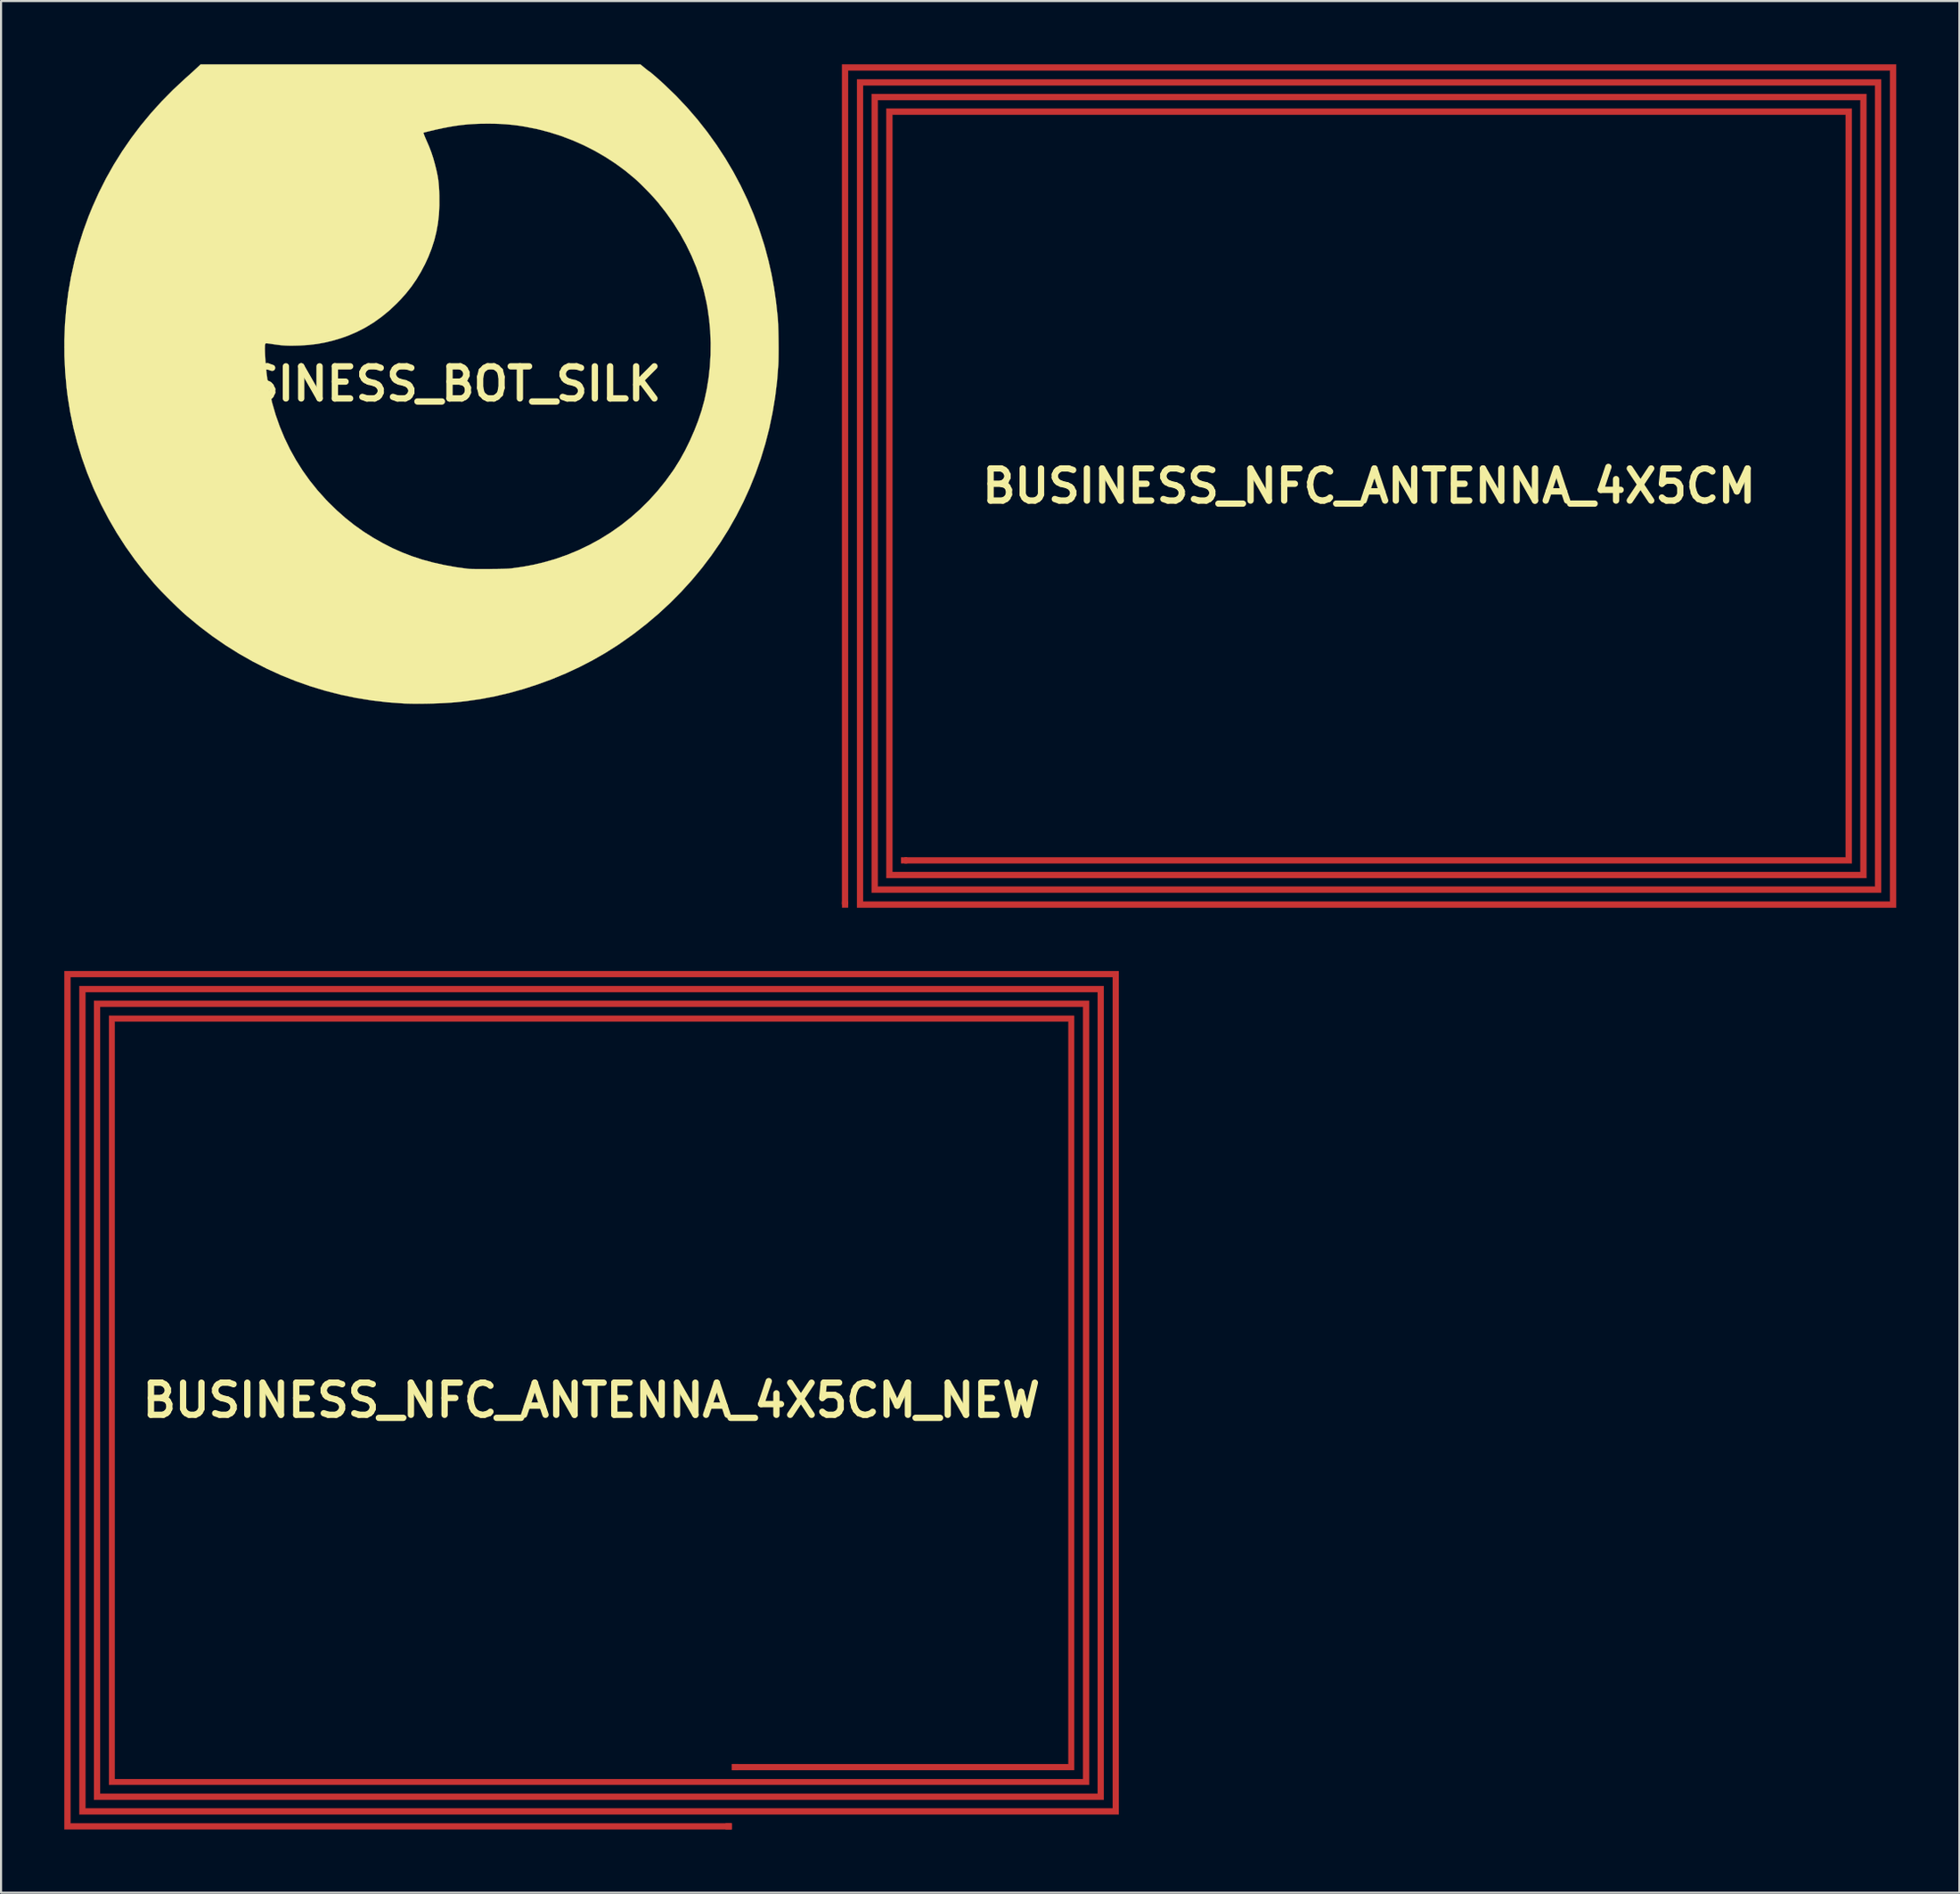
<source format=kicad_pcb>
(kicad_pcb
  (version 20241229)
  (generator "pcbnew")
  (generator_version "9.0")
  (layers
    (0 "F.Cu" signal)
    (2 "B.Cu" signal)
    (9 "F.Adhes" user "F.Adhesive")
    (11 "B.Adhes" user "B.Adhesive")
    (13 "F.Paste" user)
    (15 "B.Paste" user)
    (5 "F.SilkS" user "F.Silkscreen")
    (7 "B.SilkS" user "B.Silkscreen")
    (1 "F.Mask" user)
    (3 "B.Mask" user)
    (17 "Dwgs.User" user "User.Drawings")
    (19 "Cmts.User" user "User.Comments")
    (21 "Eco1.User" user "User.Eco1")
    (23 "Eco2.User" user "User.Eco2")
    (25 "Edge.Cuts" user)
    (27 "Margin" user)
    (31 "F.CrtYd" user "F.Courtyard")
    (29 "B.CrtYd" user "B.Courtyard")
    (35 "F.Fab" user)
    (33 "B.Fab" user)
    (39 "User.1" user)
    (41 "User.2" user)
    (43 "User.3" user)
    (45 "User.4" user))
  (footprint "BUSINESS_NFC_ANTENNA_4X5CM_NEW"
    (layer "F.Cu")
    (at 25.015 63.406)
    (property "Reference" "BUSINESS_NFC_ANTENNA_4X5CM_NEW" (at 0 0 0) (layer "F.SilkS") (effects (font (size 1.524 1.524) (thickness 0.3))))
    (attr through_hole)
    (fp_poly (pts (xy 25.027 19.656) (xy -24.299 19.656) (xy -24.299 -19.656) (xy 24.316 -19.656) (xy 24.316 18.961) (xy -23.604 18.961) (xy -23.604 -18.961) (xy 23.621 -18.961) (xy 23.621 18.249) (xy -22.892 18.249) (xy -22.892 -18.249) (xy 22.909 -18.249) (xy 22.909 17.555) (xy 6.676 17.555) (xy 6.676 17.267) (xy 22.638 17.267) (xy 22.638 -17.978) (xy -22.621 -17.978) (xy -22.621 17.978) (xy 23.333 17.978) (xy 23.333 -18.673) (xy -23.316 -18.673) (xy -23.316 18.673) (xy 24.027 18.673) (xy 24.027 -19.368) (xy -24.011 -19.368) (xy -24.011 19.368) (xy 24.739 19.368) (xy 24.739 -20.079) (xy -24.722 -20.079) (xy -24.722 20.079) (xy 6.659 20.079) (xy 6.659 20.367) (xy -25.01 20.367) (xy -25.01 -20.367) (xy 25.027 -20.367) (xy 25.027 19.656)) (stroke (width 0.01) (type solid)) (fill yes) (layer "F.Cu"))
    (pad "1" smd rect (at 6.515 20.223) (size 0.295 0.295) (layers "F.Cu"))
    (pad "2" smd rect (at 6.819 17.411) (size 0.295 0.295) (layers "F.Cu")))
  (footprint "BUSINESS_BOT_SILK"
    (layer "F.Cu")
    (at 16.941 15.17)
    (property "Reference" "BUSINESS_BOT_SILK" (at 0 0 0) (layer "F.SilkS") (effects (font (size 1.524 1.524) (thickness 0.3))))
    (attr through_hole)
    (fp_poly (pts (xy 10.604 -14.996) (xy 10.675 -14.938) (xy 10.738 -14.889) (xy 10.786 -14.852) (xy 10.817 -14.83) (xy 10.824 -14.827) (xy 10.842 -14.816) (xy 10.883 -14.785) (xy 10.941 -14.736) (xy 11.015 -14.674) (xy 11.101 -14.6) (xy 11.195 -14.518) (xy 11.294 -14.429) (xy 11.396 -14.338) (xy 11.496 -14.247) (xy 11.556 -14.191) (xy 12.1 -13.664) (xy 12.618 -13.115) (xy 13.11 -12.545) (xy 13.575 -11.955) (xy 14.012 -11.346) (xy 14.422 -10.719) (xy 14.804 -10.075) (xy 15.156 -9.414) (xy 15.479 -8.738) (xy 15.772 -8.047) (xy 16.035 -7.343) (xy 16.266 -6.626) (xy 16.316 -6.456) (xy 16.481 -5.833) (xy 16.623 -5.204) (xy 16.741 -4.562) (xy 16.836 -3.904) (xy 16.91 -3.224) (xy 16.921 -3.101) (xy 16.929 -2.981) (xy 16.937 -2.832) (xy 16.943 -2.66) (xy 16.949 -2.471) (xy 16.953 -2.269) (xy 16.956 -2.059) (xy 16.958 -1.848) (xy 16.959 -1.641) (xy 16.958 -1.442) (xy 16.956 -1.257) (xy 16.953 -1.092) (xy 16.948 -0.952) (xy 16.946 -0.912) (xy 16.887 -0.143) (xy 16.795 0.617) (xy 16.671 1.366) (xy 16.516 2.104) (xy 16.33 2.831) (xy 16.113 3.545) (xy 15.866 4.247) (xy 15.589 4.935) (xy 15.282 5.608) (xy 14.946 6.266) (xy 14.582 6.909) (xy 14.189 7.535) (xy 13.768 8.144) (xy 13.319 8.736) (xy 12.844 9.308) (xy 12.341 9.862) (xy 11.812 10.396) (xy 11.258 10.909) (xy 10.677 11.4) (xy 10.072 11.87) (xy 9.441 12.317) (xy 9.32 12.399) (xy 8.736 12.769) (xy 8.13 13.116) (xy 7.505 13.439) (xy 6.862 13.738) (xy 6.205 14.011) (xy 5.537 14.257) (xy 4.861 14.476) (xy 4.178 14.667) (xy 3.493 14.827) (xy 2.807 14.958) (xy 2.123 15.057) (xy 1.661 15.106) (xy 1.402 15.126) (xy 1.122 15.143) (xy 0.827 15.157) (xy 0.524 15.168) (xy 0.221 15.175) (xy -0.076 15.178) (xy -0.359 15.177) (xy -0.623 15.172) (xy -0.83 15.164) (xy -1.589 15.11) (xy -2.339 15.023) (xy -3.082 14.903) (xy -3.816 14.751) (xy -4.54 14.567) (xy -5.254 14.351) (xy -5.958 14.103) (xy -6.649 13.825) (xy -7.329 13.515) (xy -7.996 13.174) (xy -8.649 12.803) (xy -9.289 12.402) (xy -9.913 11.971) (xy -10.522 11.51) (xy -11.115 11.019) (xy -11.2 10.945) (xy -11.311 10.846) (xy -11.44 10.726) (xy -11.582 10.591) (xy -11.734 10.444) (xy -11.89 10.291) (xy -12.046 10.135) (xy -12.198 9.982) (xy -12.341 9.835) (xy -12.47 9.699) (xy -12.581 9.58) (xy -12.632 9.523) (xy -13.13 8.935) (xy -13.599 8.33) (xy -14.04 7.708) (xy -14.452 7.067) (xy -14.835 6.408) (xy -15.19 5.73) (xy -15.518 5.032) (xy -15.577 4.897) (xy -15.857 4.209) (xy -16.106 3.51) (xy -16.322 2.802) (xy -16.506 2.085) (xy -16.657 1.362) (xy -16.774 0.634) (xy -16.825 0.229) (xy -16.895 -0.543) (xy -16.933 -1.311) (xy -16.935 -1.723) (xy -7.42 -1.723) (xy -7.419 -1.612) (xy -7.416 -1.483) (xy -7.41 -1.338) (xy -7.401 -1.182) (xy -7.389 -1.018) (xy -7.375 -0.849) (xy -7.36 -0.681) (xy -7.342 -0.516) (xy -7.322 -0.358) (xy -7.311 -0.271) (xy -7.209 0.319) (xy -7.076 0.899) (xy -6.911 1.468) (xy -6.715 2.025) (xy -6.488 2.569) (xy -6.232 3.099) (xy -5.946 3.614) (xy -5.631 4.113) (xy -5.288 4.594) (xy -4.917 5.056) (xy -4.518 5.499) (xy -4.406 5.615) (xy -4.006 6.004) (xy -3.599 6.364) (xy -3.18 6.697) (xy -2.745 7.007) (xy -2.288 7.297) (xy -1.816 7.565) (xy -1.367 7.794) (xy -0.908 7.998) (xy -0.435 8.18) (xy 0.053 8.34) (xy 0.559 8.478) (xy 1.086 8.596) (xy 1.636 8.695) (xy 2.212 8.774) (xy 2.237 8.777) (xy 2.279 8.78) (xy 2.351 8.782) (xy 2.45 8.784) (xy 2.57 8.786) (xy 2.709 8.787) (xy 2.863 8.787) (xy 3.027 8.787) (xy 3.198 8.786) (xy 3.211 8.786) (xy 3.426 8.785) (xy 3.61 8.783) (xy 3.767 8.78) (xy 3.9 8.777) (xy 4.012 8.773) (xy 4.107 8.769) (xy 4.187 8.763) (xy 4.257 8.757) (xy 4.287 8.753) (xy 4.814 8.679) (xy 5.317 8.586) (xy 5.773 8.48) (xy 6.347 8.316) (xy 6.908 8.12) (xy 7.456 7.894) (xy 7.988 7.639) (xy 8.505 7.355) (xy 9.004 7.043) (xy 9.486 6.703) (xy 9.949 6.336) (xy 10.391 5.944) (xy 10.813 5.526) (xy 11.213 5.083) (xy 11.59 4.617) (xy 11.943 4.127) (xy 12.024 4.007) (xy 12.279 3.596) (xy 12.523 3.155) (xy 12.753 2.686) (xy 12.97 2.19) (xy 13.137 1.762) (xy 13.301 1.275) (xy 13.44 0.769) (xy 13.552 0.247) (xy 13.638 -0.288) (xy 13.698 -0.832) (xy 13.73 -1.382) (xy 13.736 -1.936) (xy 13.715 -2.489) (xy 13.666 -3.039) (xy 13.59 -3.583) (xy 13.537 -3.872) (xy 13.409 -4.434) (xy 13.247 -4.99) (xy 13.054 -5.538) (xy 12.829 -6.078) (xy 12.572 -6.607) (xy 12.285 -7.125) (xy 11.968 -7.631) (xy 11.621 -8.124) (xy 11.245 -8.602) (xy 11.224 -8.626) (xy 11.111 -8.757) (xy 10.979 -8.904) (xy 10.833 -9.06) (xy 10.679 -9.219) (xy 10.524 -9.376) (xy 10.374 -9.523) (xy 10.235 -9.654) (xy 10.141 -9.738) (xy 9.698 -10.106) (xy 9.232 -10.449) (xy 8.746 -10.767) (xy 8.241 -11.059) (xy 7.72 -11.324) (xy 7.184 -11.561) (xy 6.636 -11.769) (xy 6.078 -11.946) (xy 5.512 -12.093) (xy 4.939 -12.207) (xy 4.931 -12.209) (xy 4.627 -12.257) (xy 4.334 -12.294) (xy 4.045 -12.321) (xy 3.749 -12.34) (xy 3.438 -12.35) (xy 3.152 -12.352) (xy 2.83 -12.349) (xy 2.524 -12.338) (xy 2.23 -12.319) (xy 1.94 -12.29) (xy 1.649 -12.252) (xy 1.35 -12.203) (xy 1.037 -12.143) (xy 0.704 -12.071) (xy 0.423 -12.004) (xy 0.324 -11.98) (xy 0.237 -11.958) (xy 0.168 -11.941) (xy 0.121 -11.928) (xy 0.102 -11.922) (xy 0.102 -11.922) (xy 0.108 -11.896) (xy 0.126 -11.847) (xy 0.152 -11.779) (xy 0.184 -11.7) (xy 0.22 -11.617) (xy 0.253 -11.541) (xy 0.374 -11.263) (xy 0.476 -10.995) (xy 0.566 -10.723) (xy 0.647 -10.432) (xy 0.652 -10.412) (xy 0.704 -10.208) (xy 0.745 -10.026) (xy 0.779 -9.856) (xy 0.805 -9.693) (xy 0.824 -9.527) (xy 0.839 -9.351) (xy 0.85 -9.157) (xy 0.858 -8.937) (xy 0.858 -8.93) (xy 0.859 -8.471) (xy 0.837 -8.033) (xy 0.789 -7.612) (xy 0.715 -7.204) (xy 0.615 -6.805) (xy 0.487 -6.411) (xy 0.332 -6.018) (xy 0.178 -5.685) (xy -0.02 -5.309) (xy -0.231 -4.958) (xy -0.46 -4.626) (xy -0.712 -4.306) (xy -0.991 -3.994) (xy -1.16 -3.82) (xy -1.513 -3.488) (xy -1.878 -3.188) (xy -2.255 -2.918) (xy -2.646 -2.679) (xy -3.051 -2.47) (xy -3.471 -2.29) (xy -3.762 -2.186) (xy -4.158 -2.065) (xy -4.548 -1.97) (xy -4.941 -1.898) (xy -5.344 -1.85) (xy -5.764 -1.823) (xy -5.914 -1.819) (xy -6.095 -1.815) (xy -6.252 -1.815) (xy -6.393 -1.819) (xy -6.527 -1.826) (xy -6.664 -1.838) (xy -6.812 -1.856) (xy -6.98 -1.879) (xy -7.072 -1.893) (xy -7.18 -1.909) (xy -7.259 -1.92) (xy -7.314 -1.926) (xy -7.351 -1.928) (xy -7.373 -1.926) (xy -7.387 -1.919) (xy -7.398 -1.909) (xy -7.4 -1.905) (xy -7.41 -1.873) (xy -7.417 -1.811) (xy -7.42 -1.723) (xy -16.935 -1.723) (xy -16.936 -2.075) (xy -16.907 -2.834) (xy -16.845 -3.587) (xy -16.75 -4.334) (xy -16.622 -5.075) (xy -16.461 -5.808) (xy -16.268 -6.533) (xy -16.042 -7.25) (xy -15.784 -7.958) (xy -15.605 -8.396) (xy -15.297 -9.082) (xy -14.958 -9.752) (xy -14.59 -10.405) (xy -14.193 -11.041) (xy -13.767 -11.66) (xy -13.312 -12.262) (xy -12.828 -12.846) (xy -12.316 -13.412) (xy -11.775 -13.961) (xy -11.207 -14.49) (xy -11.139 -14.551) (xy -11.041 -14.638) (xy -10.936 -14.733) (xy -10.831 -14.827) (xy -10.737 -14.914) (xy -10.669 -14.977) (xy -10.468 -15.165) (xy 10.397 -15.165) (xy 10.604 -14.996)) (stroke (width 0.01) (type solid)) (fill yes) (layer "F.SilkS")))
  (footprint "BUSINESS_NFC_ANTENNA_4X5CM"
    (layer "F.Cu")
    (at 61.921 20.017)
    (property "Reference" "BUSINESS_NFC_ANTENNA_4X5CM" (at 0 0 0) (layer "F.SilkS") (effects (font (size 1.524 1.524) (thickness 0.3))))
    (attr through_hole)
    (fp_poly (pts (xy 25.01 20.012) (xy -24.299 20.012) (xy -24.299 -19.3) (xy 24.299 -19.3) (xy 24.299 19.3) (xy -23.604 19.3) (xy -23.604 -18.605) (xy 23.604 -18.605) (xy 23.604 18.605) (xy -22.909 18.605) (xy -22.909 -17.91) (xy 22.909 -17.91) (xy 22.909 17.91) (xy -22.045 17.91) (xy -22.045 17.622) (xy 22.621 17.622) (xy 22.621 -17.622) (xy -22.621 -17.622) (xy -22.621 18.317) (xy 23.316 18.317) (xy 23.316 -18.317) (xy -23.316 -18.317) (xy -23.316 19.012) (xy 24.011 19.012) (xy 24.011 -19.012) (xy -24.011 -19.012) (xy -24.011 19.724) (xy 24.722 19.724) (xy 24.722 -19.724) (xy -24.722 -19.724) (xy -24.722 19.859) (xy -25.01 19.859) (xy -25.01 -20.012) (xy 25.01 -20.012) (xy 25.01 20.012)) (stroke (width 0.01) (type solid)) (fill yes) (layer "F.Cu"))
    (pad "1" smd rect (at -24.867 19.865) (size 0.295 0.295) (layers "F.Cu"))
    (pad "2" smd rect (at -22.064 17.766) (size 0.295 0.295) (layers "F.Cu")))
  (gr_rect
    (start -3 -3)
    (end 89.936 86.778)
    (stroke (width 0.1) (type default))
    (fill no)
    (layer "Edge.Cuts")))
</source>
